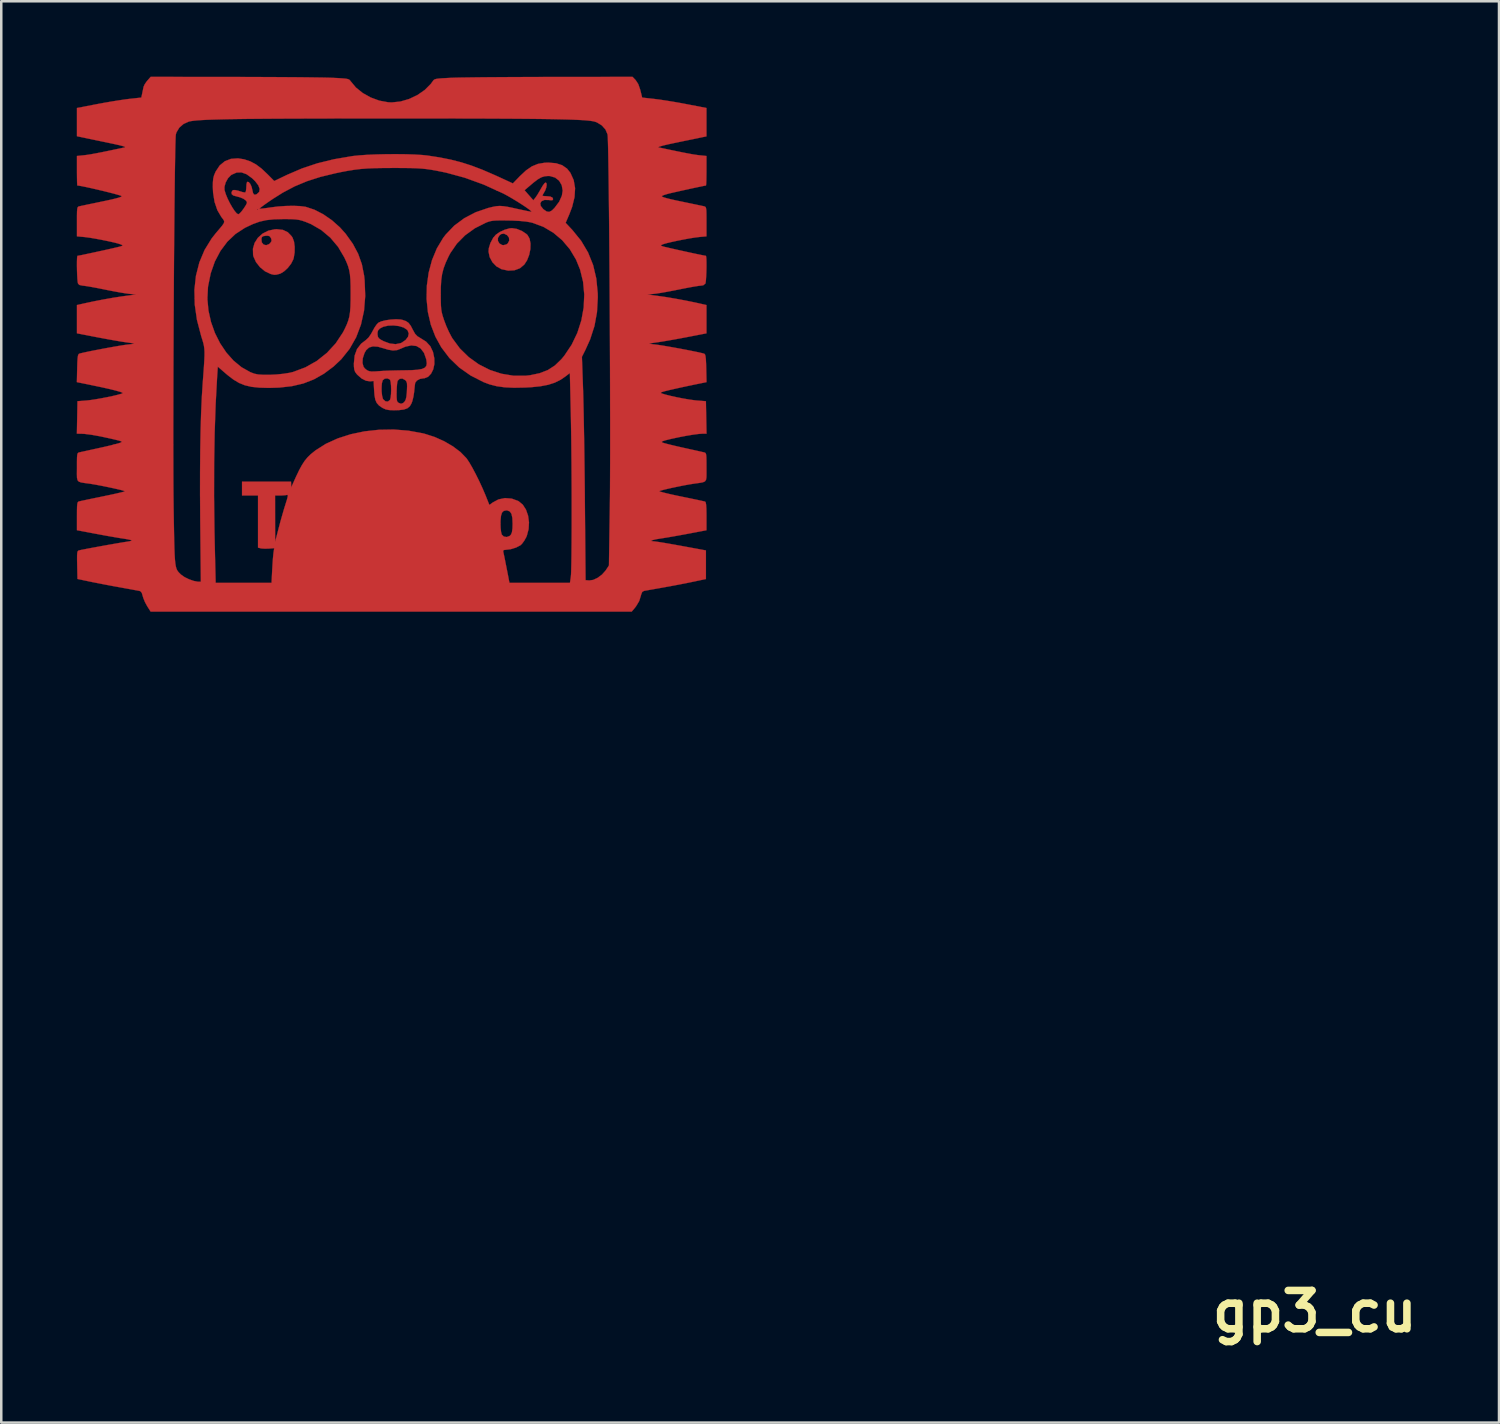
<source format=kicad_pcb>
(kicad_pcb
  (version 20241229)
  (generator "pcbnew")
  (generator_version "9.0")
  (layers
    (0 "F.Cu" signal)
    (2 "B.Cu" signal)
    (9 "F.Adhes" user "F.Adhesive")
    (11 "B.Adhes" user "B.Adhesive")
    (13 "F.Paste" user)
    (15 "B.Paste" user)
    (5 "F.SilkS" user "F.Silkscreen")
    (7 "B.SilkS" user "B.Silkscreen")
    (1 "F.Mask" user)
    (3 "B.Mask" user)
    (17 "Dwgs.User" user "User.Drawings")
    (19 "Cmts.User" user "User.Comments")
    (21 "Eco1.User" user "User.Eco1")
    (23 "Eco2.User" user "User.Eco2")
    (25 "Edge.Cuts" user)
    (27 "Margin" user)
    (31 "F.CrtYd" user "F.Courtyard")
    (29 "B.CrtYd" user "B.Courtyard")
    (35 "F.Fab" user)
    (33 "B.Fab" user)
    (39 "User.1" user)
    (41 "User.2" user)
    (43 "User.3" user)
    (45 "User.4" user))
  (footprint "gp3_cu"
    (layer "F.Cu")
    (at 49.199 49.069)
    (property "Reference" "gp3_cu" (at 0 0 0) (layer "F.SilkS") (effects (font (size 1.524 1.524) (thickness 0.3))))
    (attr through_hole)
    (fp_poly (pts (xy -31.707 -43.021) (xy -31.502 -42.937) (xy -31.326 -42.818) (xy -31.284 -42.778) (xy -31.202 -42.634) (xy -31.165 -42.44) (xy -31.171 -42.219) (xy -31.218 -41.989) (xy -31.303 -41.773) (xy -31.412 -41.605) (xy -31.585 -41.459) (xy -31.802 -41.378) (xy -32.049 -41.364) (xy -32.312 -41.42) (xy -32.322 -41.423) (xy -32.52 -41.533) (xy -32.68 -41.699) (xy -32.788 -41.901) (xy -32.833 -42.118) (xy -32.823 -42.254) (xy -32.758 -42.463) (xy -32.713 -42.546) (xy -32.46 -42.546) (xy -32.402 -42.445) (xy -32.298 -42.383) (xy -32.237 -42.376) (xy -32.129 -42.403) (xy -32.071 -42.442) (xy -32.011 -42.554) (xy -32.021 -42.675) (xy -32.097 -42.775) (xy -32.098 -42.775) (xy -32.221 -42.835) (xy -32.327 -42.818) (xy -32.392 -42.771) (xy -32.46 -42.664) (xy -32.46 -42.546) (xy -32.713 -42.546) (xy -32.653 -42.659) (xy -32.548 -42.786) (xy -32.39 -42.898) (xy -32.191 -42.989) (xy -31.993 -43.044) (xy -31.901 -43.052) (xy -31.707 -43.021)) (stroke (width 0.01) (type solid)) (fill yes) (layer "F.Cu"))
    (fp_poly (pts (xy -41.005 -42.982) (xy -40.812 -42.891) (xy -40.66 -42.733) (xy -40.621 -42.672) (xy -40.564 -42.516) (xy -40.537 -42.31) (xy -40.54 -42.086) (xy -40.575 -41.873) (xy -40.594 -41.808) (xy -40.679 -41.641) (xy -40.807 -41.476) (xy -40.957 -41.336) (xy -41.105 -41.246) (xy -41.142 -41.234) (xy -41.264 -41.203) (xy -41.351 -41.198) (xy -41.446 -41.218) (xy -41.497 -41.232) (xy -41.716 -41.336) (xy -41.915 -41.499) (xy -42.074 -41.7) (xy -42.174 -41.919) (xy -42.19 -41.982) (xy -42.197 -42.232) (xy -42.13 -42.465) (xy -42.033 -42.617) (xy -41.86 -42.617) (xy -41.844 -42.484) (xy -41.773 -42.4) (xy -41.671 -42.374) (xy -41.558 -42.416) (xy -41.508 -42.461) (xy -41.457 -42.539) (xy -41.467 -42.622) (xy -41.48 -42.654) (xy -41.527 -42.726) (xy -41.598 -42.751) (xy -41.688 -42.749) (xy -41.795 -42.731) (xy -41.843 -42.69) (xy -41.86 -42.617) (xy -42.033 -42.617) (xy -41.999 -42.67) (xy -41.813 -42.836) (xy -41.584 -42.952) (xy -41.322 -43.007) (xy -41.25 -43.01) (xy -41.005 -42.982)) (stroke (width 0.01) (type solid)) (fill yes) (layer "F.Cu"))
    (fp_poly (pts (xy -36.335 -39.422) (xy -36.262 -39.408) (xy -36.119 -39.359) (xy -36.014 -39.288) (xy -35.927 -39.175) (xy -35.84 -39.008) (xy -35.754 -38.855) (xy -35.659 -38.755) (xy -35.551 -38.689) (xy -35.314 -38.54) (xy -35.148 -38.36) (xy -35.041 -38.132) (xy -34.988 -37.876) (xy -34.986 -37.649) (xy -35.031 -37.441) (xy -35.117 -37.269) (xy -35.235 -37.145) (xy -35.376 -37.087) (xy -35.416 -37.084) (xy -35.558 -37.06) (xy -35.677 -36.997) (xy -35.744 -36.912) (xy -35.749 -36.897) (xy -35.762 -36.809) (xy -35.777 -36.67) (xy -35.79 -36.54) (xy -35.817 -36.361) (xy -35.86 -36.184) (xy -35.895 -36.088) (xy -35.963 -35.972) (xy -36.058 -35.893) (xy -36.195 -35.844) (xy -36.388 -35.82) (xy -36.597 -35.814) (xy -36.785 -35.822) (xy -36.92 -35.849) (xy -37.037 -35.902) (xy -37.052 -35.91) (xy -37.186 -36.003) (xy -37.276 -36.104) (xy -37.333 -36.232) (xy -37.365 -36.408) (xy -37.38 -36.597) (xy -37.388 -36.739) (xy -37.084 -36.739) (xy -37.082 -36.564) (xy -37.065 -36.4) (xy -37.034 -36.277) (xy -37.018 -36.247) (xy -36.928 -36.169) (xy -36.832 -36.161) (xy -36.753 -36.223) (xy -36.747 -36.235) (xy -36.723 -36.323) (xy -36.708 -36.463) (xy -36.707 -36.504) (xy -36.487 -36.504) (xy -36.486 -36.326) (xy -36.476 -36.213) (xy -36.454 -36.149) (xy -36.417 -36.114) (xy -36.313 -36.073) (xy -36.228 -36.102) (xy -36.173 -36.154) (xy -36.128 -36.229) (xy -36.099 -36.347) (xy -36.08 -36.528) (xy -36.077 -36.588) (xy -36.07 -36.764) (xy -36.074 -36.877) (xy -36.093 -36.948) (xy -36.129 -36.998) (xy -36.145 -37.013) (xy -36.255 -37.073) (xy -36.362 -37.065) (xy -36.438 -36.995) (xy -36.454 -36.957) (xy -36.468 -36.865) (xy -36.48 -36.717) (xy -36.486 -36.542) (xy -36.487 -36.504) (xy -36.707 -36.504) (xy -36.703 -36.628) (xy -36.708 -36.793) (xy -36.722 -36.932) (xy -36.745 -37.02) (xy -36.754 -37.033) (xy -36.849 -37.08) (xy -36.957 -37.07) (xy -37.037 -37.008) (xy -37.04 -37.002) (xy -37.07 -36.895) (xy -37.084 -36.739) (xy -37.388 -36.739) (xy -37.401 -36.978) (xy -37.539 -36.964) (xy -37.702 -36.987) (xy -37.877 -37.076) (xy -38.045 -37.222) (xy -38.077 -37.259) (xy -38.136 -37.341) (xy -38.169 -37.43) (xy -38.183 -37.554) (xy -38.185 -37.681) (xy -38.183 -37.694) (xy -37.843 -37.694) (xy -37.801 -37.543) (xy -37.751 -37.478) (xy -37.669 -37.41) (xy -37.588 -37.371) (xy -37.487 -37.354) (xy -37.342 -37.357) (xy -37.19 -37.368) (xy -37.022 -37.379) (xy -36.796 -37.389) (xy -36.537 -37.396) (xy -36.273 -37.401) (xy -36.195 -37.402) (xy -35.882 -37.408) (xy -35.645 -37.425) (xy -35.476 -37.456) (xy -35.365 -37.506) (xy -35.305 -37.579) (xy -35.288 -37.68) (xy -35.304 -37.812) (xy -35.311 -37.847) (xy -35.397 -38.093) (xy -35.527 -38.266) (xy -35.697 -38.367) (xy -35.903 -38.392) (xy -36.14 -38.341) (xy -36.299 -38.271) (xy -36.464 -38.206) (xy -36.631 -38.19) (xy -36.825 -38.222) (xy -36.978 -38.269) (xy -37.232 -38.34) (xy -37.43 -38.353) (xy -37.582 -38.308) (xy -37.698 -38.202) (xy -37.764 -38.086) (xy -37.831 -37.881) (xy -37.843 -37.694) (xy -38.183 -37.694) (xy -38.154 -37.99) (xy -38.06 -38.247) (xy -37.898 -38.458) (xy -37.699 -38.612) (xy -37.6 -38.706) (xy -37.496 -38.858) (xy -37.484 -38.881) (xy -37.248 -38.881) (xy -37.245 -38.827) (xy -37.23 -38.738) (xy -37.192 -38.674) (xy -37.11 -38.615) (xy -36.999 -38.557) (xy -36.757 -38.467) (xy -36.526 -38.441) (xy -36.326 -38.481) (xy -36.288 -38.498) (xy -36.129 -38.608) (xy -36.032 -38.736) (xy -36.004 -38.867) (xy -36.051 -38.989) (xy -36.07 -39.012) (xy -36.203 -39.101) (xy -36.39 -39.159) (xy -36.605 -39.185) (xy -36.822 -39.177) (xy -37.015 -39.134) (xy -37.149 -39.065) (xy -37.226 -38.983) (xy -37.248 -38.881) (xy -37.484 -38.881) (xy -37.445 -38.954) (xy -37.364 -39.101) (xy -37.278 -39.225) (xy -37.211 -39.294) (xy -37.094 -39.347) (xy -36.92 -39.39) (xy -36.717 -39.419) (xy -36.513 -39.431) (xy -36.335 -39.422)) (stroke (width 0.01) (type solid)) (fill yes) (layer "F.Cu"))
    (fp_poly (pts (xy -26.988 -48.938) (xy -26.883 -48.778) (xy -26.801 -48.541) (xy -26.798 -48.527) (xy -26.728 -48.241) (xy -26.244 -48.187) (xy -26.038 -48.161) (xy -25.774 -48.121) (xy -25.478 -48.073) (xy -25.176 -48.02) (xy -24.966 -47.98) (xy -24.172 -47.827) (xy -24.172 -46.7) (xy -24.395 -46.654) (xy -24.508 -46.63) (xy -24.686 -46.593) (xy -24.911 -46.547) (xy -25.165 -46.495) (xy -25.4 -46.446) (xy -25.681 -46.386) (xy -25.891 -46.337) (xy -26.027 -46.298) (xy -26.086 -46.273) (xy -26.077 -46.262) (xy -25.662 -46.173) (xy -25.32 -46.102) (xy -25.042 -46.046) (xy -24.82 -46.004) (xy -24.645 -45.974) (xy -24.508 -45.955) (xy -24.455 -45.949) (xy -24.172 -45.92) (xy -24.172 -45.333) (xy -24.174 -45.121) (xy -24.177 -44.943) (xy -24.183 -44.815) (xy -24.19 -44.751) (xy -24.192 -44.746) (xy -24.244 -44.738) (xy -24.362 -44.714) (xy -24.53 -44.679) (xy -24.732 -44.636) (xy -24.95 -44.588) (xy -25.17 -44.54) (xy -25.373 -44.494) (xy -25.545 -44.455) (xy -25.668 -44.426) (xy -25.679 -44.423) (xy -25.817 -44.384) (xy -25.914 -44.348) (xy -25.95 -44.323) (xy -25.931 -44.302) (xy -25.869 -44.275) (xy -25.756 -44.242) (xy -25.585 -44.199) (xy -25.346 -44.146) (xy -25.034 -44.081) (xy -24.977 -44.069) (xy -24.752 -44.022) (xy -24.55 -43.98) (xy -24.39 -43.946) (xy -24.288 -43.925) (xy -24.268 -43.92) (xy -24.23 -43.908) (xy -24.204 -43.884) (xy -24.187 -43.833) (xy -24.177 -43.743) (xy -24.173 -43.6) (xy -24.172 -43.389) (xy -24.172 -43.312) (xy -24.172 -42.726) (xy -24.47 -42.699) (xy -24.634 -42.678) (xy -24.844 -42.645) (xy -25.081 -42.601) (xy -25.323 -42.553) (xy -25.55 -42.504) (xy -25.741 -42.459) (xy -25.875 -42.421) (xy -25.9 -42.411) (xy -25.977 -42.378) (xy -25.98 -42.357) (xy -25.919 -42.33) (xy -25.857 -42.313) (xy -25.73 -42.283) (xy -25.552 -42.242) (xy -25.34 -42.194) (xy -25.109 -42.143) (xy -24.874 -42.091) (xy -24.652 -42.043) (xy -24.457 -42.002) (xy -24.306 -41.972) (xy -24.214 -41.955) (xy -24.195 -41.952) (xy -24.183 -41.913) (xy -24.175 -41.809) (xy -24.172 -41.658) (xy -24.172 -41.479) (xy -24.177 -41.293) (xy -24.185 -41.117) (xy -24.195 -40.971) (xy -24.208 -40.874) (xy -24.216 -40.849) (xy -24.299 -40.781) (xy -24.396 -40.767) (xy -24.482 -40.758) (xy -24.634 -40.735) (xy -24.835 -40.699) (xy -25.067 -40.655) (xy -25.241 -40.62) (xy -25.501 -40.568) (xy -25.755 -40.52) (xy -25.983 -40.48) (xy -26.162 -40.452) (xy -26.236 -40.443) (xy -26.522 -40.413) (xy -26.105 -40.359) (xy -25.777 -40.312) (xy -25.399 -40.248) (xy -25.001 -40.174) (xy -24.614 -40.095) (xy -24.466 -40.062) (xy -24.172 -39.996) (xy -24.172 -38.872) (xy -24.966 -38.718) (xy -25.243 -38.666) (xy -25.517 -38.616) (xy -25.769 -38.572) (xy -25.975 -38.538) (xy -26.099 -38.519) (xy -26.257 -38.497) (xy -26.379 -38.477) (xy -26.444 -38.464) (xy -26.449 -38.462) (xy -26.417 -38.453) (xy -26.323 -38.439) (xy -26.216 -38.428) (xy -26.097 -38.413) (xy -25.921 -38.386) (xy -25.703 -38.349) (xy -25.459 -38.306) (xy -25.202 -38.259) (xy -24.949 -38.211) (xy -24.714 -38.164) (xy -24.513 -38.123) (xy -24.36 -38.088) (xy -24.27 -38.065) (xy -24.257 -38.06) (xy -24.229 -38.029) (xy -24.21 -37.961) (xy -24.196 -37.843) (xy -24.187 -37.662) (xy -24.182 -37.48) (xy -24.17 -36.932) (xy -24.647 -36.835) (xy -24.905 -36.781) (xy -25.197 -36.718) (xy -25.474 -36.656) (xy -25.59 -36.63) (xy -25.789 -36.582) (xy -25.914 -36.548) (xy -25.976 -36.522) (xy -25.985 -36.501) (xy -25.95 -36.482) (xy -25.802 -36.437) (xy -25.595 -36.385) (xy -25.35 -36.331) (xy -25.093 -36.281) (xy -24.847 -36.239) (xy -24.635 -36.21) (xy -24.553 -36.202) (xy -24.194 -36.174) (xy -24.182 -35.528) (xy -24.17 -34.883) (xy -24.335 -34.883) (xy -24.486 -34.873) (xy -24.7 -34.845) (xy -24.961 -34.802) (xy -25.249 -34.747) (xy -25.547 -34.683) (xy -25.629 -34.664) (xy -25.807 -34.62) (xy -25.912 -34.586) (xy -25.951 -34.559) (xy -25.933 -34.535) (xy -25.933 -34.535) (xy -25.87 -34.513) (xy -25.738 -34.477) (xy -25.553 -34.431) (xy -25.33 -34.378) (xy -25.112 -34.329) (xy -24.865 -34.274) (xy -24.641 -34.225) (xy -24.456 -34.183) (xy -24.326 -34.154) (xy -24.268 -34.141) (xy -24.229 -34.129) (xy -24.203 -34.104) (xy -24.186 -34.053) (xy -24.177 -33.961) (xy -24.173 -33.815) (xy -24.172 -33.601) (xy -24.172 -33.549) (xy -24.171 -33.318) (xy -24.173 -33.157) (xy -24.189 -33.052) (xy -24.232 -32.988) (xy -24.313 -32.952) (xy -24.441 -32.928) (xy -24.629 -32.903) (xy -24.68 -32.895) (xy -24.863 -32.866) (xy -25.075 -32.827) (xy -25.3 -32.782) (xy -25.522 -32.736) (xy -25.724 -32.69) (xy -25.89 -32.65) (xy -26.004 -32.618) (xy -26.047 -32.6) (xy -26.017 -32.583) (xy -25.915 -32.553) (xy -25.754 -32.512) (xy -25.543 -32.463) (xy -25.295 -32.41) (xy -25.179 -32.386) (xy -24.911 -32.331) (xy -24.671 -32.281) (xy -24.47 -32.239) (xy -24.321 -32.206) (xy -24.237 -32.187) (xy -24.225 -32.184) (xy -24.202 -32.149) (xy -24.186 -32.058) (xy -24.176 -31.902) (xy -24.172 -31.672) (xy -24.172 -31.605) (xy -24.172 -31.046) (xy -24.911 -30.906) (xy -25.181 -30.856) (xy -25.449 -30.808) (xy -25.695 -30.765) (xy -25.894 -30.733) (xy -25.987 -30.718) (xy -26.167 -30.689) (xy -26.294 -30.659) (xy -26.359 -30.634) (xy -26.356 -30.614) (xy -26.277 -30.605) (xy -26.264 -30.605) (xy -26.188 -30.596) (xy -26.042 -30.575) (xy -25.841 -30.542) (xy -25.596 -30.5) (xy -25.323 -30.451) (xy -25.167 -30.423) (xy -24.194 -30.244) (xy -24.194 -29.107) (xy -24.744 -28.991) (xy -25.002 -28.938) (xy -25.308 -28.879) (xy -25.623 -28.82) (xy -25.911 -28.768) (xy -25.929 -28.764) (xy -26.158 -28.724) (xy -26.362 -28.688) (xy -26.526 -28.659) (xy -26.631 -28.64) (xy -26.655 -28.636) (xy -26.726 -28.593) (xy -26.769 -28.488) (xy -26.775 -28.46) (xy -26.845 -28.233) (xy -26.973 -28.02) (xy -27.032 -27.945) (xy -27.143 -27.813) (xy -46.262 -27.813) (xy -46.398 -28.026) (xy -46.483 -28.181) (xy -46.551 -28.345) (xy -46.576 -28.429) (xy -46.614 -28.557) (xy -46.667 -28.621) (xy -46.708 -28.635) (xy -46.779 -28.649) (xy -46.917 -28.674) (xy -47.107 -28.709) (xy -47.333 -28.75) (xy -47.519 -28.784) (xy -47.801 -28.835) (xy -48.096 -28.891) (xy -48.377 -28.946) (xy -48.616 -28.993) (xy -48.705 -29.012) (xy -49.17 -29.11) (xy -49.182 -29.665) (xy -49.186 -29.892) (xy -49.185 -30.049) (xy -49.178 -30.149) (xy -49.163 -30.206) (xy -49.139 -30.234) (xy -49.118 -30.242) (xy -49.047 -30.259) (xy -48.908 -30.287) (xy -48.716 -30.324) (xy -48.488 -30.366) (xy -48.239 -30.412) (xy -47.984 -30.458) (xy -47.739 -30.501) (xy -47.52 -30.539) (xy -47.342 -30.569) (xy -47.221 -30.587) (xy -47.211 -30.589) (xy -47.092 -30.609) (xy -47.022 -30.631) (xy -47.013 -30.644) (xy -47.065 -30.662) (xy -47.178 -30.686) (xy -47.331 -30.712) (xy -47.368 -30.717) (xy -47.522 -30.741) (xy -47.737 -30.778) (xy -47.991 -30.822) (xy -48.261 -30.872) (xy -48.444 -30.906) (xy -49.191 -31.047) (xy -49.191 -31.607) (xy -49.19 -31.837) (xy -49.186 -31.996) (xy -49.176 -32.097) (xy -49.16 -32.154) (xy -49.135 -32.182) (xy -49.117 -32.189) (xy -49.055 -32.204) (xy -48.923 -32.232) (xy -48.735 -32.272) (xy -48.505 -32.32) (xy -48.245 -32.373) (xy -48.165 -32.39) (xy -47.905 -32.444) (xy -47.675 -32.494) (xy -47.489 -32.537) (xy -47.356 -32.57) (xy -47.291 -32.591) (xy -47.286 -32.594) (xy -47.325 -32.613) (xy -47.432 -32.643) (xy -47.591 -32.681) (xy -47.787 -32.725) (xy -48.005 -32.771) (xy -48.228 -32.816) (xy -48.442 -32.856) (xy -48.63 -32.888) (xy -48.683 -32.896) (xy -48.886 -32.923) (xy -49.027 -32.946) (xy -49.117 -32.978) (xy -49.167 -33.034) (xy -49.189 -33.129) (xy -49.193 -33.276) (xy -49.191 -33.49) (xy -49.191 -33.549) (xy -49.191 -33.778) (xy -49.188 -33.937) (xy -49.18 -34.038) (xy -49.165 -34.096) (xy -49.141 -34.125) (xy -49.105 -34.139) (xy -49.096 -34.141) (xy -49.024 -34.157) (xy -48.885 -34.187) (xy -48.696 -34.229) (xy -48.472 -34.278) (xy -48.303 -34.315) (xy -48.061 -34.369) (xy -47.84 -34.421) (xy -47.656 -34.468) (xy -47.526 -34.504) (xy -47.478 -34.52) (xy -47.427 -34.543) (xy -47.412 -34.563) (xy -47.441 -34.584) (xy -47.525 -34.61) (xy -47.673 -34.647) (xy -47.837 -34.685) (xy -48.261 -34.777) (xy -48.612 -34.84) (xy -48.889 -34.875) (xy -49.034 -34.882) (xy -49.194 -34.883) (xy -49.191 -35.031) (xy -45.362 -35.031) (xy -45.362 -34.437) (xy -45.361 -33.88) (xy -45.36 -33.366) (xy -45.358 -32.899) (xy -45.355 -32.486) (xy -45.351 -32.131) (xy -45.349 -31.941) (xy -45.341 -31.429) (xy -45.333 -30.994) (xy -45.326 -30.631) (xy -45.318 -30.33) (xy -45.309 -30.086) (xy -45.297 -29.891) (xy -45.282 -29.739) (xy -45.263 -29.621) (xy -45.24 -29.531) (xy -45.21 -29.462) (xy -45.175 -29.407) (xy -45.132 -29.358) (xy -45.082 -29.309) (xy -45.049 -29.278) (xy -44.917 -29.185) (xy -44.737 -29.097) (xy -44.548 -29.031) (xy -44.384 -29) (xy -44.369 -29) (xy -44.267 -28.998) (xy -44.292 -31.442) (xy -44.298 -32.401) (xy -43.742 -32.401) (xy -43.726 -31.044) (xy -43.714 -30.469) (xy -43.678 -28.956) (xy -41.457 -28.956) (xy -41.431 -29.475) (xy -41.418 -29.694) (xy -41.404 -29.898) (xy -41.389 -30.064) (xy -41.378 -30.163) (xy -41.351 -30.332) (xy -41.569 -30.317) (xy -41.717 -30.313) (xy -41.847 -30.321) (xy -41.89 -30.328) (xy -41.995 -30.355) (xy -41.995 -32.427) (xy -41.317 -32.427) (xy -41.316 -31.507) (xy -41.314 -30.586) (xy -41.172 -31.136) (xy -41.127 -31.305) (xy -32.358 -31.305) (xy -32.352 -31.132) (xy -32.335 -30.981) (xy -32.311 -30.882) (xy -32.307 -30.872) (xy -32.224 -30.794) (xy -32.11 -30.776) (xy -31.998 -30.816) (xy -31.943 -30.87) (xy -31.903 -30.966) (xy -31.882 -31.122) (xy -31.877 -31.305) (xy -31.887 -31.536) (xy -31.921 -31.694) (xy -31.984 -31.789) (xy -32.079 -31.831) (xy -32.132 -31.835) (xy -32.23 -31.814) (xy -32.298 -31.747) (xy -32.338 -31.621) (xy -32.356 -31.428) (xy -32.358 -31.305) (xy -41.127 -31.305) (xy -41.105 -31.388) (xy -41.03 -31.654) (xy -40.958 -31.902) (xy -40.902 -32.081) (xy -40.844 -32.267) (xy -40.815 -32.384) (xy -40.812 -32.442) (xy -40.834 -32.453) (xy -40.837 -32.452) (xy -40.916 -32.437) (xy -41.042 -32.429) (xy -41.109 -32.427) (xy -41.317 -32.427) (xy -41.995 -32.427) (xy -42.63 -32.427) (xy -42.63 -32.978) (xy -40.682 -32.978) (xy -40.679 -32.861) (xy -40.677 -32.745) (xy -40.63 -32.851) (xy -40.484 -33.175) (xy -40.36 -33.434) (xy -40.248 -33.639) (xy -40.14 -33.804) (xy -40.028 -33.941) (xy -39.901 -34.065) (xy -39.752 -34.186) (xy -39.705 -34.223) (xy -39.296 -34.482) (xy -38.827 -34.695) (xy -38.311 -34.861) (xy -37.76 -34.976) (xy -37.186 -35.039) (xy -36.602 -35.049) (xy -36.021 -35.003) (xy -35.454 -34.9) (xy -35.37 -34.879) (xy -34.974 -34.752) (xy -34.595 -34.582) (xy -34.248 -34.379) (xy -33.949 -34.153) (xy -33.717 -33.914) (xy -33.691 -33.881) (xy -33.593 -33.732) (xy -33.472 -33.522) (xy -33.339 -33.27) (xy -33.202 -32.994) (xy -33.072 -32.712) (xy -32.957 -32.443) (xy -32.938 -32.397) (xy -32.8 -32.049) (xy -32.666 -32.149) (xy -32.437 -32.272) (xy -32.18 -32.324) (xy -31.913 -32.303) (xy -31.656 -32.21) (xy -31.64 -32.201) (xy -31.473 -32.063) (xy -31.346 -31.866) (xy -31.262 -31.626) (xy -31.226 -31.362) (xy -31.241 -31.09) (xy -31.311 -30.828) (xy -31.335 -30.771) (xy -31.415 -30.627) (xy -31.506 -30.504) (xy -31.565 -30.449) (xy -31.737 -30.359) (xy -31.947 -30.294) (xy -32.146 -30.269) (xy -32.23 -30.259) (xy -32.252 -30.217) (xy -32.244 -30.173) (xy -32.228 -30.098) (xy -32.199 -29.96) (xy -32.162 -29.775) (xy -32.121 -29.565) (xy -32.078 -29.348) (xy -32.038 -29.142) (xy -32.021 -29.051) (xy -32.002 -28.956) (xy -29.597 -28.956) (xy -29.562 -29.199) (xy -29.554 -29.299) (xy -29.548 -29.475) (xy -29.542 -29.72) (xy -29.537 -30.025) (xy -29.534 -30.383) (xy -29.531 -30.786) (xy -29.529 -31.225) (xy -29.529 -31.694) (xy -29.529 -32.183) (xy -29.53 -32.684) (xy -29.533 -33.191) (xy -29.536 -33.694) (xy -29.541 -34.186) (xy -29.546 -34.659) (xy -29.553 -35.105) (xy -29.56 -35.516) (xy -29.564 -35.697) (xy -29.601 -37.295) (xy -29.755 -37.174) (xy -29.969 -37.026) (xy -30.2 -36.912) (xy -30.463 -36.827) (xy -30.771 -36.768) (xy -31.14 -36.73) (xy -31.39 -36.717) (xy -31.822 -36.709) (xy -32.189 -36.726) (xy -32.508 -36.77) (xy -32.796 -36.844) (xy -33.03 -36.932) (xy -33.546 -37.196) (xy -33.998 -37.514) (xy -34.385 -37.887) (xy -34.71 -38.315) (xy -34.944 -38.739) (xy -35.127 -39.213) (xy -35.244 -39.718) (xy -35.296 -40.239) (xy -35.293 -40.407) (xy -34.732 -40.407) (xy -34.73 -40.156) (xy -34.725 -39.969) (xy -34.713 -39.822) (xy -34.691 -39.696) (xy -34.657 -39.567) (xy -34.607 -39.415) (xy -34.592 -39.37) (xy -34.509 -39.153) (xy -34.406 -38.925) (xy -34.302 -38.726) (xy -34.27 -38.672) (xy -33.973 -38.271) (xy -33.619 -37.925) (xy -33.22 -37.639) (xy -32.784 -37.418) (xy -32.322 -37.266) (xy -31.842 -37.187) (xy -31.355 -37.187) (xy -31.178 -37.207) (xy -30.799 -37.287) (xy -30.477 -37.412) (xy -30.197 -37.593) (xy -29.94 -37.841) (xy -29.821 -37.984) (xy -29.53 -38.419) (xy -29.304 -38.89) (xy -29.144 -39.388) (xy -29.052 -39.899) (xy -29.029 -40.414) (xy -29.076 -40.921) (xy -29.195 -41.407) (xy -29.357 -41.804) (xy -29.603 -42.215) (xy -29.906 -42.573) (xy -30.259 -42.871) (xy -30.651 -43.103) (xy -31.075 -43.261) (xy -31.166 -43.284) (xy -31.345 -43.314) (xy -31.589 -43.338) (xy -31.879 -43.353) (xy -32.073 -43.357) (xy -32.325 -43.36) (xy -32.51 -43.357) (xy -32.647 -43.348) (xy -32.753 -43.331) (xy -32.848 -43.304) (xy -32.935 -43.27) (xy -33.376 -43.048) (xy -33.764 -42.768) (xy -34.091 -42.437) (xy -34.351 -42.061) (xy -34.42 -41.931) (xy -34.537 -41.677) (xy -34.622 -41.448) (xy -34.679 -41.224) (xy -34.714 -40.98) (xy -34.73 -40.694) (xy -34.732 -40.407) (xy -35.293 -40.407) (xy -35.285 -40.765) (xy -35.213 -41.283) (xy -35.08 -41.781) (xy -34.888 -42.245) (xy -34.638 -42.662) (xy -34.536 -42.796) (xy -34.196 -43.151) (xy -33.796 -43.448) (xy -33.346 -43.683) (xy -32.854 -43.852) (xy -32.833 -43.857) (xy -32.66 -43.899) (xy -32.518 -43.925) (xy -32.387 -43.934) (xy -32.246 -43.925) (xy -32.075 -43.899) (xy -31.854 -43.853) (xy -31.688 -43.816) (xy -31.484 -43.772) (xy -31.313 -43.736) (xy -31.19 -43.713) (xy -31.13 -43.704) (xy -31.126 -43.705) (xy -31.148 -43.737) (xy -31.23 -43.803) (xy -31.359 -43.894) (xy -31.521 -44.001) (xy -31.703 -44.116) (xy -31.891 -44.23) (xy -32.073 -44.335) (xy -32.234 -44.422) (xy -32.258 -44.434) (xy -32.534 -44.559) (xy -31.402 -44.559) (xy -31.052 -44.16) (xy -30.967 -44.268) (xy -30.9 -44.365) (xy -30.817 -44.502) (xy -30.755 -44.611) (xy -30.681 -44.737) (xy -30.614 -44.829) (xy -30.575 -44.864) (xy -30.534 -44.846) (xy -30.523 -44.773) (xy -30.539 -44.667) (xy -30.581 -44.551) (xy -30.607 -44.502) (xy -30.662 -44.408) (xy -30.69 -44.349) (xy -30.692 -44.343) (xy -30.654 -44.33) (xy -30.563 -44.323) (xy -30.547 -44.323) (xy -30.38 -44.308) (xy -30.289 -44.263) (xy -30.268 -44.207) (xy -30.285 -44.168) (xy -30.349 -44.159) (xy -30.439 -44.17) (xy -30.61 -44.173) (xy -30.724 -44.126) (xy -30.776 -44.041) (xy -30.758 -43.933) (xy -30.662 -43.812) (xy -30.646 -43.798) (xy -30.524 -43.714) (xy -30.421 -43.698) (xy -30.317 -43.752) (xy -30.212 -43.855) (xy -30.028 -44.099) (xy -29.919 -44.34) (xy -29.887 -44.544) (xy -29.925 -44.762) (xy -30.029 -44.938) (xy -30.188 -45.062) (xy -30.391 -45.122) (xy -30.467 -45.125) (xy -30.607 -45.113) (xy -30.737 -45.071) (xy -30.877 -44.991) (xy -31.046 -44.862) (xy -31.131 -44.79) (xy -31.402 -44.559) (xy -32.534 -44.559) (xy -33.023 -44.782) (xy -33.775 -45.055) (xy -34.53 -45.26) (xy -34.951 -45.345) (xy -35.135 -45.376) (xy -35.304 -45.4) (xy -35.475 -45.418) (xy -35.663 -45.43) (xy -35.884 -45.438) (xy -36.154 -45.442) (xy -36.488 -45.444) (xy -36.597 -45.444) (xy -37.005 -45.442) (xy -37.347 -45.436) (xy -37.641 -45.424) (xy -37.905 -45.404) (xy -38.157 -45.374) (xy -38.417 -45.333) (xy -38.702 -45.279) (xy -38.925 -45.232) (xy -39.518 -45.088) (xy -40.048 -44.918) (xy -40.538 -44.713) (xy -41.007 -44.465) (xy -41.413 -44.21) (xy -41.597 -44.084) (xy -41.753 -43.974) (xy -41.867 -43.889) (xy -41.928 -43.838) (xy -41.936 -43.827) (xy -41.889 -43.825) (xy -41.777 -43.836) (xy -41.619 -43.856) (xy -41.496 -43.875) (xy -41.201 -43.912) (xy -40.891 -43.933) (xy -40.591 -43.939) (xy -40.323 -43.928) (xy -40.112 -43.901) (xy -40.09 -43.896) (xy -39.75 -43.783) (xy -39.4 -43.602) (xy -39.057 -43.365) (xy -38.741 -43.084) (xy -38.514 -42.831) (xy -38.228 -42.432) (xy -38.016 -42.035) (xy -37.868 -41.619) (xy -37.778 -41.164) (xy -37.758 -40.983) (xy -37.734 -40.356) (xy -37.782 -39.767) (xy -37.903 -39.22) (xy -38.094 -38.716) (xy -38.355 -38.256) (xy -38.686 -37.842) (xy -38.995 -37.551) (xy -39.379 -37.265) (xy -39.774 -37.042) (xy -40.192 -36.879) (xy -40.648 -36.772) (xy -41.154 -36.715) (xy -41.564 -36.703) (xy -41.939 -36.713) (xy -42.249 -36.745) (xy -42.514 -36.806) (xy -42.751 -36.902) (xy -42.979 -37.039) (xy -43.218 -37.223) (xy -43.27 -37.268) (xy -43.593 -37.547) (xy -43.62 -37.135) (xy -43.678 -36.064) (xy -43.718 -34.915) (xy -43.739 -33.692) (xy -43.742 -32.401) (xy -44.298 -32.401) (xy -44.299 -32.438) (xy -44.298 -33.365) (xy -44.291 -34.22) (xy -44.277 -35.002) (xy -44.256 -35.708) (xy -44.228 -36.334) (xy -44.195 -36.859) (xy -44.167 -37.237) (xy -44.145 -37.542) (xy -44.13 -37.786) (xy -44.122 -37.979) (xy -44.121 -38.134) (xy -44.129 -38.262) (xy -44.144 -38.374) (xy -44.168 -38.483) (xy -44.201 -38.598) (xy -44.244 -38.733) (xy -44.256 -38.773) (xy -44.421 -39.402) (xy -44.509 -40.013) (xy -44.514 -40.243) (xy -44.007 -40.243) (xy -43.965 -39.779) (xy -43.863 -39.323) (xy -43.708 -38.886) (xy -43.503 -38.478) (xy -43.255 -38.109) (xy -42.969 -37.787) (xy -42.649 -37.524) (xy -42.302 -37.329) (xy -42.143 -37.268) (xy -41.99 -37.237) (xy -41.776 -37.223) (xy -41.523 -37.223) (xy -41.252 -37.237) (xy -40.986 -37.264) (xy -40.746 -37.302) (xy -40.599 -37.337) (xy -40.108 -37.521) (xy -39.657 -37.776) (xy -39.255 -38.096) (xy -38.907 -38.474) (xy -38.622 -38.904) (xy -38.545 -39.053) (xy -38.466 -39.225) (xy -38.407 -39.381) (xy -38.365 -39.539) (xy -38.338 -39.716) (xy -38.322 -39.929) (xy -38.315 -40.196) (xy -38.314 -40.45) (xy -38.316 -40.768) (xy -38.324 -41.019) (xy -38.342 -41.222) (xy -38.373 -41.393) (xy -38.419 -41.552) (xy -38.484 -41.715) (xy -38.565 -41.889) (xy -38.813 -42.309) (xy -39.12 -42.673) (xy -39.48 -42.976) (xy -39.887 -43.212) (xy -40.103 -43.301) (xy -40.236 -43.347) (xy -40.355 -43.378) (xy -40.482 -43.397) (xy -40.637 -43.408) (xy -40.844 -43.412) (xy -41 -43.412) (xy -41.359 -43.403) (xy -41.662 -43.371) (xy -41.934 -43.31) (xy -42.202 -43.213) (xy -42.493 -43.076) (xy -42.523 -43.06) (xy -42.89 -42.821) (xy -43.214 -42.514) (xy -43.489 -42.146) (xy -43.711 -41.725) (xy -43.875 -41.257) (xy -43.978 -40.75) (xy -43.984 -40.706) (xy -44.007 -40.243) (xy -44.514 -40.243) (xy -44.523 -40.6) (xy -44.461 -41.161) (xy -44.326 -41.691) (xy -44.118 -42.186) (xy -43.836 -42.643) (xy -43.675 -42.848) (xy -43.524 -43.025) (xy -43.421 -43.149) (xy -43.361 -43.236) (xy -43.338 -43.3) (xy -43.349 -43.354) (xy -43.388 -43.414) (xy -43.45 -43.494) (xy -43.453 -43.498) (xy -43.611 -43.767) (xy -43.722 -44.095) (xy -43.781 -44.466) (xy -43.791 -44.684) (xy -43.791 -44.699) (xy -43.328 -44.699) (xy -43.326 -44.566) (xy -43.278 -44.408) (xy -43.205 -44.229) (xy -43.114 -44.045) (xy -43.016 -43.874) (xy -42.921 -43.732) (xy -42.838 -43.636) (xy -42.779 -43.603) (xy -42.724 -43.636) (xy -42.644 -43.723) (xy -42.592 -43.794) (xy -42.037 -43.794) (xy -42.016 -43.773) (xy -41.995 -43.794) (xy -42.016 -43.815) (xy -42.037 -43.794) (xy -42.592 -43.794) (xy -42.56 -43.837) (xy -42.479 -43.963) (xy -42.44 -44.04) (xy -42.437 -44.091) (xy -42.467 -44.137) (xy -42.482 -44.154) (xy -42.572 -44.219) (xy -42.7 -44.274) (xy -42.732 -44.283) (xy -42.859 -44.317) (xy -42.961 -44.345) (xy -42.979 -44.35) (xy -43.039 -44.402) (xy -43.048 -44.482) (xy -43.006 -44.551) (xy -42.983 -44.564) (xy -42.904 -44.566) (xy -42.784 -44.54) (xy -42.725 -44.521) (xy -42.606 -44.484) (xy -42.52 -44.47) (xy -42.498 -44.474) (xy -42.475 -44.527) (xy -42.462 -44.633) (xy -42.46 -44.683) (xy -42.453 -44.801) (xy -42.433 -44.878) (xy -42.424 -44.891) (xy -42.366 -44.884) (xy -42.305 -44.814) (xy -42.252 -44.699) (xy -42.224 -44.586) (xy -42.193 -44.449) (xy -42.151 -44.385) (xy -42.085 -44.385) (xy -42.041 -44.406) (xy -41.947 -44.493) (xy -41.929 -44.612) (xy -41.984 -44.756) (xy -42.111 -44.921) (xy -42.231 -45.037) (xy -42.448 -45.194) (xy -42.651 -45.268) (xy -42.847 -45.262) (xy -43.042 -45.175) (xy -43.069 -45.157) (xy -43.187 -45.036) (xy -43.278 -44.872) (xy -43.328 -44.699) (xy -43.791 -44.699) (xy -43.788 -44.882) (xy -43.774 -45.026) (xy -43.744 -45.145) (xy -43.691 -45.271) (xy -43.673 -45.309) (xy -43.516 -45.545) (xy -43.313 -45.711) (xy -43.069 -45.806) (xy -42.792 -45.826) (xy -42.545 -45.787) (xy -42.303 -45.706) (xy -42.08 -45.588) (xy -41.855 -45.419) (xy -41.62 -45.197) (xy -41.35 -44.925) (xy -40.836 -45.172) (xy -40.251 -45.423) (xy -39.639 -45.628) (xy -38.983 -45.789) (xy -38.266 -45.912) (xy -38.227 -45.918) (xy -37.966 -45.945) (xy -37.645 -45.967) (xy -37.28 -45.982) (xy -36.892 -45.991) (xy -36.499 -45.993) (xy -36.118 -45.989) (xy -35.769 -45.977) (xy -35.469 -45.959) (xy -35.264 -45.938) (xy -34.773 -45.862) (xy -34.332 -45.774) (xy -33.918 -45.668) (xy -33.509 -45.537) (xy -33.081 -45.374) (xy -32.613 -45.172) (xy -32.453 -45.1) (xy -31.866 -44.83) (xy -31.586 -45.12) (xy -31.339 -45.35) (xy -31.106 -45.509) (xy -30.866 -45.607) (xy -30.604 -45.651) (xy -30.458 -45.657) (xy -30.152 -45.631) (xy -29.907 -45.553) (xy -29.714 -45.418) (xy -29.58 -45.25) (xy -29.449 -44.961) (xy -29.394 -44.641) (xy -29.415 -44.286) (xy -29.511 -43.897) (xy -29.619 -43.613) (xy -29.769 -43.263) (xy -29.504 -42.981) (xy -29.153 -42.549) (xy -28.878 -42.085) (xy -28.677 -41.586) (xy -28.55 -41.047) (xy -28.494 -40.465) (xy -28.491 -40.295) (xy -28.523 -39.713) (xy -28.623 -39.165) (xy -28.795 -38.633) (xy -28.981 -38.22) (xy -29.122 -37.939) (xy -29.077 -36.654) (xy -29.069 -36.392) (xy -29.061 -36.056) (xy -29.052 -35.656) (xy -29.044 -35.204) (xy -29.035 -34.71) (xy -29.027 -34.184) (xy -29.02 -33.638) (xy -29.013 -33.081) (xy -29.007 -32.525) (xy -29.005 -32.216) (xy -28.977 -29.062) (xy -28.829 -29.05) (xy -28.671 -29.073) (xy -28.495 -29.156) (xy -28.324 -29.284) (xy -28.181 -29.444) (xy -28.165 -29.468) (xy -28.048 -29.646) (xy -28.012 -32.042) (xy -28.008 -32.373) (xy -28.005 -32.764) (xy -28.003 -33.21) (xy -28.001 -33.706) (xy -28 -34.247) (xy -28 -34.827) (xy -28 -35.44) (xy -28.002 -36.082) (xy -28.003 -36.748) (xy -28.005 -37.431) (xy -28.008 -38.127) (xy -28.011 -38.831) (xy -28.015 -39.537) (xy -28.019 -40.239) (xy -28.023 -40.933) (xy -28.028 -41.613) (xy -28.033 -42.273) (xy -28.038 -42.91) (xy -28.044 -43.516) (xy -28.05 -44.088) (xy -28.056 -44.619) (xy -28.062 -45.104) (xy -28.069 -45.539) (xy -28.075 -45.917) (xy -28.081 -46.234) (xy -28.088 -46.484) (xy -28.094 -46.661) (xy -28.101 -46.761) (xy -28.103 -46.777) (xy -28.186 -46.973) (xy -28.335 -47.139) (xy -28.531 -47.257) (xy -28.619 -47.287) (xy -28.691 -47.303) (xy -28.786 -47.317) (xy -28.908 -47.331) (xy -29.061 -47.343) (xy -29.247 -47.353) (xy -29.47 -47.363) (xy -29.734 -47.372) (xy -30.043 -47.379) (xy -30.4 -47.386) (xy -30.808 -47.392) (xy -31.272 -47.397) (xy -31.794 -47.401) (xy -32.378 -47.404) (xy -33.028 -47.407) (xy -33.747 -47.409) (xy -34.539 -47.41) (xy -35.408 -47.411) (xy -36.356 -47.411) (xy -36.682 -47.411) (xy -37.657 -47.411) (xy -38.551 -47.41) (xy -39.368 -47.409) (xy -40.11 -47.407) (xy -40.782 -47.405) (xy -41.387 -47.402) (xy -41.929 -47.398) (xy -42.411 -47.394) (xy -42.837 -47.388) (xy -43.21 -47.382) (xy -43.534 -47.374) (xy -43.812 -47.366) (xy -44.049 -47.357) (xy -44.247 -47.346) (xy -44.409 -47.335) (xy -44.541 -47.322) (xy -44.645 -47.308) (xy -44.724 -47.292) (xy -44.745 -47.287) (xy -44.955 -47.193) (xy -45.125 -47.044) (xy -45.236 -46.858) (xy -45.26 -46.777) (xy -45.267 -46.706) (xy -45.273 -46.555) (xy -45.28 -46.33) (xy -45.286 -46.037) (xy -45.292 -45.68) (xy -45.299 -45.265) (xy -45.305 -44.796) (xy -45.311 -44.281) (xy -45.317 -43.723) (xy -45.322 -43.128) (xy -45.328 -42.501) (xy -45.333 -41.848) (xy -45.338 -41.174) (xy -45.342 -40.484) (xy -45.346 -39.784) (xy -45.35 -39.078) (xy -45.353 -38.372) (xy -45.356 -37.672) (xy -45.358 -36.982) (xy -45.36 -36.309) (xy -45.361 -35.657) (xy -45.362 -35.031) (xy -49.191 -35.031) (xy -49.182 -35.528) (xy -49.17 -36.174) (xy -48.81 -36.202) (xy -48.649 -36.22) (xy -48.444 -36.251) (xy -48.216 -36.291) (xy -47.982 -36.336) (xy -47.762 -36.383) (xy -47.573 -36.428) (xy -47.435 -36.467) (xy -47.375 -36.49) (xy -47.387 -36.514) (xy -47.48 -36.55) (xy -47.654 -36.599) (xy -47.906 -36.661) (xy -48.233 -36.734) (xy -48.636 -36.818) (xy -48.716 -36.835) (xy -49.194 -36.932) (xy -49.182 -37.48) (xy -49.175 -37.715) (xy -49.165 -37.879) (xy -49.15 -37.983) (xy -49.128 -38.04) (xy -49.107 -38.06) (xy -49.041 -38.079) (xy -48.908 -38.11) (xy -48.721 -38.15) (xy -48.495 -38.195) (xy -48.246 -38.243) (xy -47.989 -38.291) (xy -47.739 -38.336) (xy -47.511 -38.375) (xy -47.319 -38.406) (xy -47.18 -38.425) (xy -47.148 -38.428) (xy -47.019 -38.442) (xy -46.935 -38.455) (xy -46.915 -38.462) (xy -46.959 -38.473) (xy -47.067 -38.491) (xy -47.217 -38.513) (xy -47.265 -38.519) (xy -47.419 -38.542) (xy -47.634 -38.579) (xy -47.891 -38.624) (xy -48.167 -38.675) (xy -48.398 -38.718) (xy -49.191 -38.872) (xy -49.191 -39.996) (xy -48.898 -40.062) (xy -48.525 -40.142) (xy -48.127 -40.219) (xy -47.737 -40.288) (xy -47.385 -40.342) (xy -47.259 -40.359) (xy -46.842 -40.413) (xy -47.128 -40.443) (xy -47.268 -40.462) (xy -47.47 -40.495) (xy -47.711 -40.539) (xy -47.97 -40.589) (xy -48.122 -40.62) (xy -48.367 -40.669) (xy -48.592 -40.711) (xy -48.78 -40.743) (xy -48.914 -40.762) (xy -48.968 -40.767) (xy -49.095 -40.795) (xy -49.148 -40.849) (xy -49.162 -40.914) (xy -49.174 -41.037) (xy -49.183 -41.2) (xy -49.189 -41.383) (xy -49.192 -41.568) (xy -49.191 -41.736) (xy -49.186 -41.866) (xy -49.176 -41.942) (xy -49.169 -41.952) (xy -49.112 -41.961) (xy -48.989 -41.985) (xy -48.815 -42.022) (xy -48.604 -42.067) (xy -48.374 -42.117) (xy -48.139 -42.168) (xy -47.915 -42.218) (xy -47.718 -42.263) (xy -47.563 -42.299) (xy -47.467 -42.324) (xy -47.445 -42.33) (xy -47.382 -42.358) (xy -47.389 -42.38) (xy -47.463 -42.411) (xy -47.577 -42.447) (xy -47.753 -42.491) (xy -47.971 -42.539) (xy -48.211 -42.588) (xy -48.452 -42.633) (xy -48.672 -42.67) (xy -48.852 -42.694) (xy -48.894 -42.699) (xy -49.191 -42.726) (xy -49.191 -43.312) (xy -49.191 -43.545) (xy -49.188 -43.707) (xy -49.18 -43.811) (xy -49.166 -43.872) (xy -49.143 -43.903) (xy -49.109 -43.917) (xy -49.096 -43.92) (xy -49.022 -43.936) (xy -48.882 -43.966) (xy -48.695 -44.005) (xy -48.477 -44.05) (xy -48.387 -44.069) (xy -48.063 -44.137) (xy -47.815 -44.191) (xy -47.633 -44.235) (xy -47.512 -44.269) (xy -47.441 -44.297) (xy -47.414 -44.32) (xy -47.413 -44.325) (xy -47.452 -44.344) (xy -47.559 -44.377) (xy -47.72 -44.422) (xy -47.92 -44.473) (xy -48.144 -44.529) (xy -48.378 -44.584) (xy -48.607 -44.637) (xy -48.817 -44.683) (xy -48.992 -44.719) (xy -49.119 -44.741) (xy -49.175 -44.746) (xy -49.181 -44.786) (xy -49.186 -44.895) (xy -49.189 -45.059) (xy -49.191 -45.261) (xy -49.191 -45.333) (xy -49.191 -45.92) (xy -48.909 -45.949) (xy -48.789 -45.964) (xy -48.637 -45.988) (xy -48.444 -46.023) (xy -48.201 -46.07) (xy -47.9 -46.132) (xy -47.53 -46.21) (xy -47.286 -46.262) (xy -47.276 -46.279) (xy -47.349 -46.308) (xy -47.505 -46.349) (xy -47.743 -46.402) (xy -47.752 -46.404) (xy -48.013 -46.459) (xy -48.292 -46.517) (xy -48.556 -46.572) (xy -48.757 -46.614) (xy -49.191 -46.705) (xy -49.191 -47.827) (xy -48.398 -47.98) (xy -48.106 -48.034) (xy -47.802 -48.087) (xy -47.512 -48.133) (xy -47.261 -48.17) (xy -47.118 -48.188) (xy -46.633 -48.241) (xy -46.597 -48.409) (xy -46.569 -48.543) (xy -46.546 -48.657) (xy -46.542 -48.672) (xy -46.503 -48.761) (xy -46.427 -48.873) (xy -46.392 -48.915) (xy -46.262 -49.064) (xy -42.996 -49.061) (xy -42.457 -49.06) (xy -41.929 -49.058) (xy -41.418 -49.056) (xy -40.934 -49.053) (xy -40.484 -49.05) (xy -40.078 -49.046) (xy -39.724 -49.041) (xy -39.429 -49.037) (xy -39.202 -49.032) (xy -39.056 -49.027) (xy -38.803 -49.015) (xy -38.621 -49.003) (xy -38.497 -48.991) (xy -38.416 -48.974) (xy -38.367 -48.952) (xy -38.334 -48.92) (xy -38.315 -48.893) (xy -38.106 -48.642) (xy -37.833 -48.422) (xy -37.516 -48.245) (xy -37.174 -48.119) (xy -36.826 -48.055) (xy -36.682 -48.048) (xy -36.336 -48.084) (xy -35.989 -48.185) (xy -35.659 -48.342) (xy -35.366 -48.545) (xy -35.128 -48.784) (xy -35.049 -48.893) (xy -35.02 -48.932) (xy -34.983 -48.96) (xy -34.925 -48.98) (xy -34.831 -48.995) (xy -34.689 -49.007) (xy -34.485 -49.018) (xy -34.308 -49.027) (xy -34.155 -49.032) (xy -33.926 -49.037) (xy -33.629 -49.041) (xy -33.273 -49.046) (xy -32.865 -49.05) (xy -32.415 -49.053) (xy -31.93 -49.056) (xy -31.419 -49.058) (xy -30.89 -49.06) (xy -30.372 -49.061) (xy -27.109 -49.064) (xy -26.988 -48.938)) (stroke (width 0.01) (type solid)) (fill yes) (layer "F.Cu")))
  (gr_rect
    (start -3 -3)
    (end 56.524 53.487)
    (stroke (width 0.1) (type default))
    (fill no)
    (layer "Edge.Cuts")))
</source>
